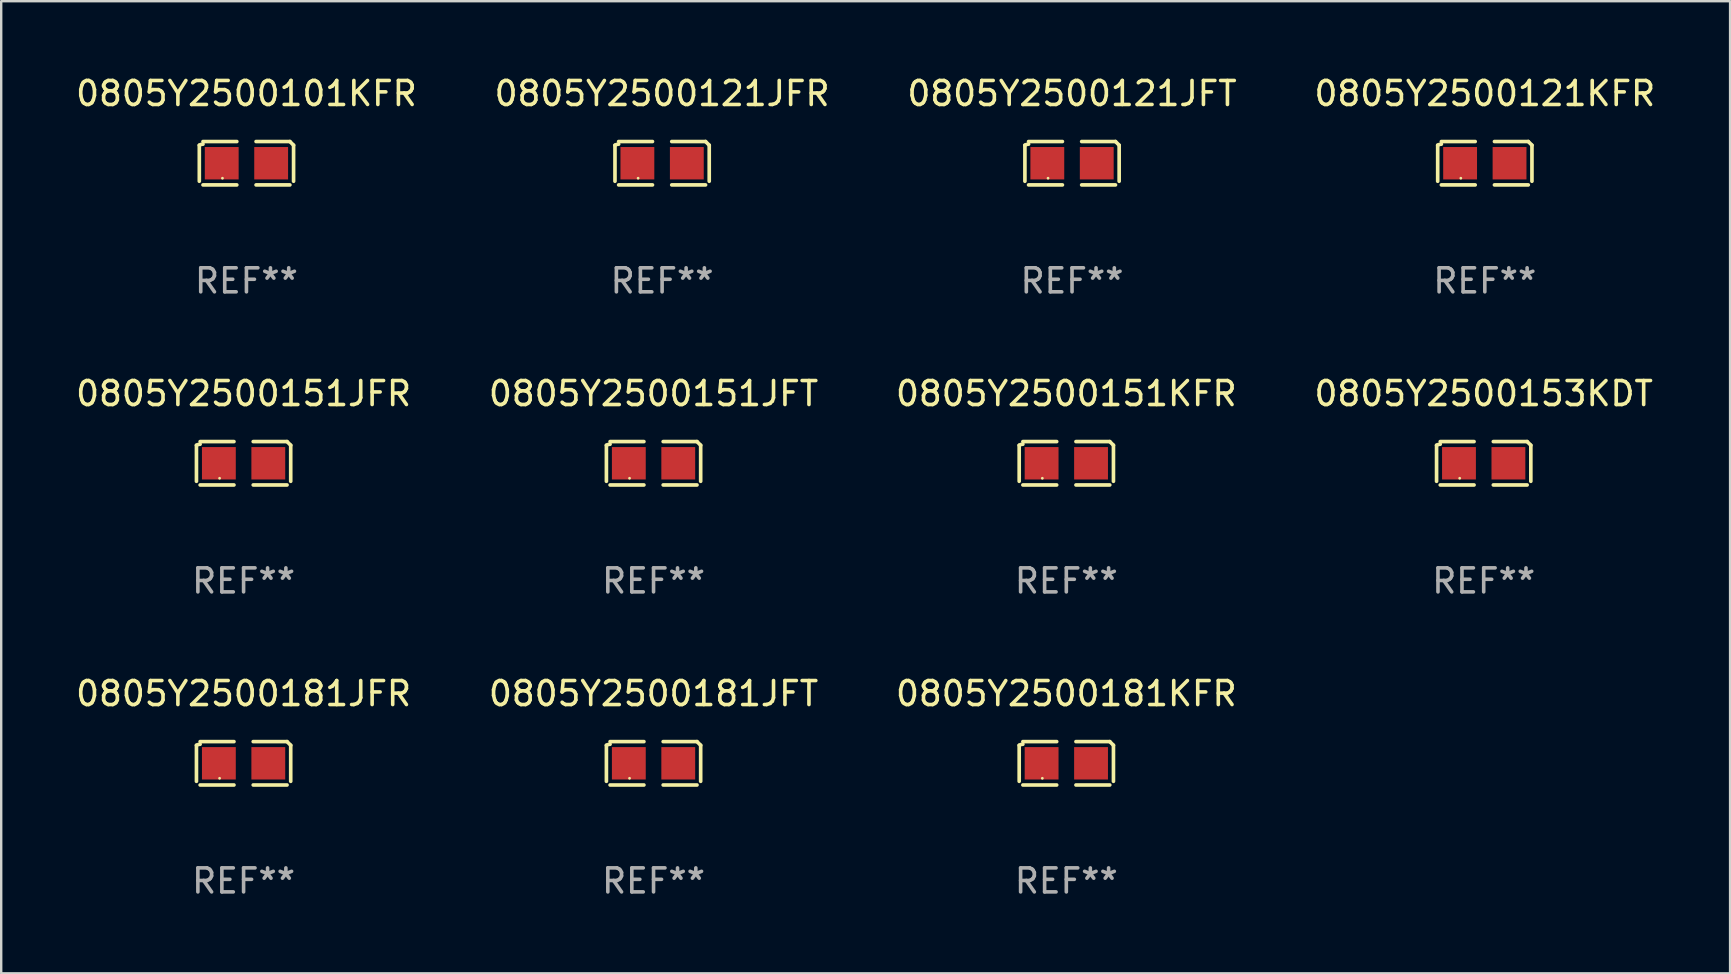
<source format=kicad_pcb>
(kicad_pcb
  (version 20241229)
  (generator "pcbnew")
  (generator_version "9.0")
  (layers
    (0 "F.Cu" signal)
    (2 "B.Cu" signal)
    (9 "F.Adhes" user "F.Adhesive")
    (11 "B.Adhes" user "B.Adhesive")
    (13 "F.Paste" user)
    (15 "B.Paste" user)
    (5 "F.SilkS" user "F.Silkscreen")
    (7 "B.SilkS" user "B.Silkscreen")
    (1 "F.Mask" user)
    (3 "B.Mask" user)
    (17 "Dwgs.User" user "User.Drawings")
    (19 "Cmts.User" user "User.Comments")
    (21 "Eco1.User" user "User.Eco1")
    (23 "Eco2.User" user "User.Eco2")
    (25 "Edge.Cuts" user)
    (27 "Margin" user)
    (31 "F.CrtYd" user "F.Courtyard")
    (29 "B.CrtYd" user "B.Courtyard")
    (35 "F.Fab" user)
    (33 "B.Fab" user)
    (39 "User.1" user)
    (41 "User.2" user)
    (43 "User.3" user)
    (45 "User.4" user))
  (footprint "0805Y2500151JFT"
    (layer "F.Cu")
    (at 24.185 16.256)
    (property "Reference" "0805Y2500151JFT" (at 0 -2.904 0) (layer "F.SilkS") (effects (font (size 1 1) (thickness 0.15))))
    (attr through_hole)
    (fp_line (start -1.964 0.751) (end -1.964 -0.751) (stroke (width 0.152) (type solid)) (layer "F.SilkS"))
    (fp_line (start -1.811 -0.904) (end -0.401 -0.904) (stroke (width 0.152) (type solid)) (layer "F.SilkS"))
    (fp_line (start -0.401 0.904) (end -1.811 0.904) (stroke (width 0.152) (type solid)) (layer "F.SilkS"))
    (fp_line (start 0.401 0.904) (end 1.811 0.904) (stroke (width 0.152) (type solid)) (layer "F.SilkS"))
    (fp_line (start 1.811 -0.904) (end 0.401 -0.904) (stroke (width 0.152) (type solid)) (layer "F.SilkS"))
    (fp_line (start 1.964 0.751) (end 1.964 -0.751) (stroke (width 0.152) (type solid)) (layer "F.SilkS"))
    (fp_arc (start -1.963602 -0.751207) (mid -1.890354 -0.783131) (end -1.811201 -0.794044) (stroke (width 0.1524) (type solid)) (layer "F.SilkS"))
    (fp_arc (start 1.811202 -0.903607) (mid 1.887413 -0.827418) (end 1.963602 -0.751207) (stroke (width 0.1524) (type solid)) (layer "F.SilkS"))
    (fp_circle (center -1 0.625) (end -0.97 0.625) (stroke (width 0.06) (type solid)) (fill no) (layer "F.SilkS"))
    (fp_text user "REF**" (at 0 4.904 0) (layer "F.Fab") (effects (font (size 1 1) (thickness 0.15))))
    (pad "1" smd rect (at -1.03 0) (size 1.41 1.35) (layers "F.Cu" "F.Mask" "F.Paste"))
    (pad "2" smd rect (at 1.03 0) (size 1.41 1.35) (layers "F.Cu" "F.Mask" "F.Paste")))
  (footprint "0805Y2500153KDT"
    (layer "F.Cu")
    (at 58.78 16.256)
    (property "Reference" "0805Y2500153KDT" (at 0 -2.904 0) (layer "F.SilkS") (effects (font (size 1 1) (thickness 0.15))))
    (attr through_hole)
    (fp_line (start -1.964 0.751) (end -1.964 -0.751) (stroke (width 0.152) (type solid)) (layer "F.SilkS"))
    (fp_line (start -1.811 -0.904) (end -0.401 -0.904) (stroke (width 0.152) (type solid)) (layer "F.SilkS"))
    (fp_line (start -0.401 0.904) (end -1.811 0.904) (stroke (width 0.152) (type solid)) (layer "F.SilkS"))
    (fp_line (start 0.401 0.904) (end 1.811 0.904) (stroke (width 0.152) (type solid)) (layer "F.SilkS"))
    (fp_line (start 1.811 -0.904) (end 0.401 -0.904) (stroke (width 0.152) (type solid)) (layer "F.SilkS"))
    (fp_line (start 1.964 0.751) (end 1.964 -0.751) (stroke (width 0.152) (type solid)) (layer "F.SilkS"))
    (fp_arc (start -1.963602 -0.751207) (mid -1.890354 -0.783131) (end -1.811201 -0.794044) (stroke (width 0.1524) (type solid)) (layer "F.SilkS"))
    (fp_arc (start 1.811202 -0.903607) (mid 1.887413 -0.827418) (end 1.963602 -0.751207) (stroke (width 0.1524) (type solid)) (layer "F.SilkS"))
    (fp_circle (center -1 0.625) (end -0.97 0.625) (stroke (width 0.06) (type solid)) (fill no) (layer "F.SilkS"))
    (fp_text user "REF**" (at 0 4.904 0) (layer "F.Fab") (effects (font (size 1 1) (thickness 0.15))))
    (pad "1" smd rect (at -1.03 0) (size 1.41 1.35) (layers "F.Cu" "F.Mask" "F.Paste"))
    (pad "2" smd rect (at 1.03 0) (size 1.41 1.35) (layers "F.Cu" "F.Mask" "F.Paste")))
  (footprint "0805Y2500151KFR"
    (layer "F.Cu")
    (at 41.387 16.256)
    (property "Reference" "0805Y2500151KFR" (at 0 -2.904 0) (layer "F.SilkS") (effects (font (size 1 1) (thickness 0.15))))
    (attr through_hole)
    (fp_line (start -1.964 0.751) (end -1.964 -0.751) (stroke (width 0.152) (type solid)) (layer "F.SilkS"))
    (fp_line (start -1.811 -0.904) (end -0.401 -0.904) (stroke (width 0.152) (type solid)) (layer "F.SilkS"))
    (fp_line (start -0.401 0.904) (end -1.811 0.904) (stroke (width 0.152) (type solid)) (layer "F.SilkS"))
    (fp_line (start 0.401 0.904) (end 1.811 0.904) (stroke (width 0.152) (type solid)) (layer "F.SilkS"))
    (fp_line (start 1.811 -0.904) (end 0.401 -0.904) (stroke (width 0.152) (type solid)) (layer "F.SilkS"))
    (fp_line (start 1.964 0.751) (end 1.964 -0.751) (stroke (width 0.152) (type solid)) (layer "F.SilkS"))
    (fp_arc (start -1.963602 -0.751207) (mid -1.890354 -0.783131) (end -1.811201 -0.794044) (stroke (width 0.1524) (type solid)) (layer "F.SilkS"))
    (fp_arc (start 1.811202 -0.903607) (mid 1.887413 -0.827418) (end 1.963602 -0.751207) (stroke (width 0.1524) (type solid)) (layer "F.SilkS"))
    (fp_circle (center -1 0.625) (end -0.97 0.625) (stroke (width 0.06) (type solid)) (fill no) (layer "F.SilkS"))
    (fp_text user "REF**" (at 0 4.904 0) (layer "F.Fab") (effects (font (size 1 1) (thickness 0.15))))
    (pad "1" smd rect (at -1.03 0) (size 1.41 1.35) (layers "F.Cu" "F.Mask" "F.Paste"))
    (pad "2" smd rect (at 1.03 0) (size 1.41 1.35) (layers "F.Cu" "F.Mask" "F.Paste")))
  (footprint "0805Y2500121JFR"
    (layer "F.Cu")
    (at 24.542 3.752)
    (property "Reference" "0805Y2500121JFR" (at 0 -2.904 0) (layer "F.SilkS") (effects (font (size 1 1) (thickness 0.15))))
    (attr through_hole)
    (fp_line (start -1.964 0.751) (end -1.964 -0.751) (stroke (width 0.152) (type solid)) (layer "F.SilkS"))
    (fp_line (start -1.811 -0.904) (end -0.401 -0.904) (stroke (width 0.152) (type solid)) (layer "F.SilkS"))
    (fp_line (start -0.401 0.904) (end -1.811 0.904) (stroke (width 0.152) (type solid)) (layer "F.SilkS"))
    (fp_line (start 0.401 0.904) (end 1.811 0.904) (stroke (width 0.152) (type solid)) (layer "F.SilkS"))
    (fp_line (start 1.811 -0.904) (end 0.401 -0.904) (stroke (width 0.152) (type solid)) (layer "F.SilkS"))
    (fp_line (start 1.964 0.751) (end 1.964 -0.751) (stroke (width 0.152) (type solid)) (layer "F.SilkS"))
    (fp_arc (start -1.963602 -0.751207) (mid -1.890354 -0.783131) (end -1.811201 -0.794044) (stroke (width 0.1524) (type solid)) (layer "F.SilkS"))
    (fp_arc (start 1.811202 -0.903607) (mid 1.887413 -0.827418) (end 1.963602 -0.751207) (stroke (width 0.1524) (type solid)) (layer "F.SilkS"))
    (fp_circle (center -1 0.625) (end -0.97 0.625) (stroke (width 0.06) (type solid)) (fill no) (layer "F.SilkS"))
    (fp_text user "REF**" (at 0 4.904 0) (layer "F.Fab") (effects (font (size 1 1) (thickness 0.15))))
    (pad "1" smd rect (at -1.03 0) (size 1.41 1.35) (layers "F.Cu" "F.Mask" "F.Paste"))
    (pad "2" smd rect (at 1.03 0) (size 1.41 1.35) (layers "F.Cu" "F.Mask" "F.Paste")))
  (footprint "0805Y2500151JFR"
    (layer "F.Cu")
    (at 7.101 16.256)
    (property "Reference" "0805Y2500151JFR" (at 0 -2.904 0) (layer "F.SilkS") (effects (font (size 1 1) (thickness 0.15))))
    (attr through_hole)
    (fp_line (start -1.964 0.751) (end -1.964 -0.751) (stroke (width 0.152) (type solid)) (layer "F.SilkS"))
    (fp_line (start -1.811 -0.904) (end -0.401 -0.904) (stroke (width 0.152) (type solid)) (layer "F.SilkS"))
    (fp_line (start -0.401 0.904) (end -1.811 0.904) (stroke (width 0.152) (type solid)) (layer "F.SilkS"))
    (fp_line (start 0.401 0.904) (end 1.811 0.904) (stroke (width 0.152) (type solid)) (layer "F.SilkS"))
    (fp_line (start 1.811 -0.904) (end 0.401 -0.904) (stroke (width 0.152) (type solid)) (layer "F.SilkS"))
    (fp_line (start 1.964 0.751) (end 1.964 -0.751) (stroke (width 0.152) (type solid)) (layer "F.SilkS"))
    (fp_arc (start -1.963602 -0.751207) (mid -1.890354 -0.783131) (end -1.811201 -0.794044) (stroke (width 0.1524) (type solid)) (layer "F.SilkS"))
    (fp_arc (start 1.811202 -0.903607) (mid 1.887413 -0.827418) (end 1.963602 -0.751207) (stroke (width 0.1524) (type solid)) (layer "F.SilkS"))
    (fp_circle (center -1 0.625) (end -0.97 0.625) (stroke (width 0.06) (type solid)) (fill no) (layer "F.SilkS"))
    (fp_text user "REF**" (at 0 4.904 0) (layer "F.Fab") (effects (font (size 1 1) (thickness 0.15))))
    (pad "1" smd rect (at -1.03 0) (size 1.41 1.35) (layers "F.Cu" "F.Mask" "F.Paste"))
    (pad "2" smd rect (at 1.03 0) (size 1.41 1.35) (layers "F.Cu" "F.Mask" "F.Paste")))
  (footprint "0805Y2500181JFR"
    (layer "F.Cu")
    (at 7.101 28.759)
    (property "Reference" "0805Y2500181JFR" (at 0 -2.904 0) (layer "F.SilkS") (effects (font (size 1 1) (thickness 0.15))))
    (attr through_hole)
    (fp_line (start -1.964 0.751) (end -1.964 -0.751) (stroke (width 0.152) (type solid)) (layer "F.SilkS"))
    (fp_line (start -1.811 -0.904) (end -0.401 -0.904) (stroke (width 0.152) (type solid)) (layer "F.SilkS"))
    (fp_line (start -0.401 0.904) (end -1.811 0.904) (stroke (width 0.152) (type solid)) (layer "F.SilkS"))
    (fp_line (start 0.401 0.904) (end 1.811 0.904) (stroke (width 0.152) (type solid)) (layer "F.SilkS"))
    (fp_line (start 1.811 -0.904) (end 0.401 -0.904) (stroke (width 0.152) (type solid)) (layer "F.SilkS"))
    (fp_line (start 1.964 0.751) (end 1.964 -0.751) (stroke (width 0.152) (type solid)) (layer "F.SilkS"))
    (fp_arc (start -1.963602 -0.751207) (mid -1.890354 -0.783131) (end -1.811201 -0.794044) (stroke (width 0.1524) (type solid)) (layer "F.SilkS"))
    (fp_arc (start 1.811202 -0.903607) (mid 1.887413 -0.827418) (end 1.963602 -0.751207) (stroke (width 0.1524) (type solid)) (layer "F.SilkS"))
    (fp_circle (center -1 0.625) (end -0.97 0.625) (stroke (width 0.06) (type solid)) (fill no) (layer "F.SilkS"))
    (fp_text user "REF**" (at 0 4.904 0) (layer "F.Fab") (effects (font (size 1 1) (thickness 0.15))))
    (pad "1" smd rect (at -1.03 0) (size 1.41 1.35) (layers "F.Cu" "F.Mask" "F.Paste"))
    (pad "2" smd rect (at 1.03 0) (size 1.41 1.35) (layers "F.Cu" "F.Mask" "F.Paste")))
  (footprint "0805Y2500121JFT"
    (layer "F.Cu")
    (at 41.625 3.752)
    (property "Reference" "0805Y2500121JFT" (at 0 -2.904 0) (layer "F.SilkS") (effects (font (size 1 1) (thickness 0.15))))
    (attr through_hole)
    (fp_line (start -1.964 0.751) (end -1.964 -0.751) (stroke (width 0.152) (type solid)) (layer "F.SilkS"))
    (fp_line (start -1.811 -0.904) (end -0.401 -0.904) (stroke (width 0.152) (type solid)) (layer "F.SilkS"))
    (fp_line (start -0.401 0.904) (end -1.811 0.904) (stroke (width 0.152) (type solid)) (layer "F.SilkS"))
    (fp_line (start 0.401 0.904) (end 1.811 0.904) (stroke (width 0.152) (type solid)) (layer "F.SilkS"))
    (fp_line (start 1.811 -0.904) (end 0.401 -0.904) (stroke (width 0.152) (type solid)) (layer "F.SilkS"))
    (fp_line (start 1.964 0.751) (end 1.964 -0.751) (stroke (width 0.152) (type solid)) (layer "F.SilkS"))
    (fp_arc (start -1.963602 -0.751207) (mid -1.890354 -0.783131) (end -1.811201 -0.794044) (stroke (width 0.1524) (type solid)) (layer "F.SilkS"))
    (fp_arc (start 1.811202 -0.903607) (mid 1.887413 -0.827418) (end 1.963602 -0.751207) (stroke (width 0.1524) (type solid)) (layer "F.SilkS"))
    (fp_circle (center -1 0.625) (end -0.97 0.625) (stroke (width 0.06) (type solid)) (fill no) (layer "F.SilkS"))
    (fp_text user "REF**" (at 0 4.904 0) (layer "F.Fab") (effects (font (size 1 1) (thickness 0.15))))
    (pad "1" smd rect (at -1.03 0) (size 1.41 1.35) (layers "F.Cu" "F.Mask" "F.Paste"))
    (pad "2" smd rect (at 1.03 0) (size 1.41 1.35) (layers "F.Cu" "F.Mask" "F.Paste")))
  (footprint "0805Y2500121KFR"
    (layer "F.Cu")
    (at 58.827 3.752)
    (property "Reference" "0805Y2500121KFR" (at 0 -2.904 0) (layer "F.SilkS") (effects (font (size 1 1) (thickness 0.15))))
    (attr through_hole)
    (fp_line (start -1.964 0.751) (end -1.964 -0.751) (stroke (width 0.152) (type solid)) (layer "F.SilkS"))
    (fp_line (start -1.811 -0.904) (end -0.401 -0.904) (stroke (width 0.152) (type solid)) (layer "F.SilkS"))
    (fp_line (start -0.401 0.904) (end -1.811 0.904) (stroke (width 0.152) (type solid)) (layer "F.SilkS"))
    (fp_line (start 0.401 0.904) (end 1.811 0.904) (stroke (width 0.152) (type solid)) (layer "F.SilkS"))
    (fp_line (start 1.811 -0.904) (end 0.401 -0.904) (stroke (width 0.152) (type solid)) (layer "F.SilkS"))
    (fp_line (start 1.964 0.751) (end 1.964 -0.751) (stroke (width 0.152) (type solid)) (layer "F.SilkS"))
    (fp_arc (start -1.963602 -0.751207) (mid -1.890354 -0.783131) (end -1.811201 -0.794044) (stroke (width 0.1524) (type solid)) (layer "F.SilkS"))
    (fp_arc (start 1.811202 -0.903607) (mid 1.887413 -0.827418) (end 1.963602 -0.751207) (stroke (width 0.1524) (type solid)) (layer "F.SilkS"))
    (fp_circle (center -1 0.625) (end -0.97 0.625) (stroke (width 0.06) (type solid)) (fill no) (layer "F.SilkS"))
    (fp_text user "REF**" (at 0 4.904 0) (layer "F.Fab") (effects (font (size 1 1) (thickness 0.15))))
    (pad "1" smd rect (at -1.03 0) (size 1.41 1.35) (layers "F.Cu" "F.Mask" "F.Paste"))
    (pad "2" smd rect (at 1.03 0) (size 1.41 1.35) (layers "F.Cu" "F.Mask" "F.Paste")))
  (footprint "0805Y2500181JFT"
    (layer "F.Cu")
    (at 24.185 28.759)
    (property "Reference" "0805Y2500181JFT" (at 0 -2.904 0) (layer "F.SilkS") (effects (font (size 1 1) (thickness 0.15))))
    (attr through_hole)
    (fp_line (start -1.964 0.751) (end -1.964 -0.751) (stroke (width 0.152) (type solid)) (layer "F.SilkS"))
    (fp_line (start -1.811 -0.904) (end -0.401 -0.904) (stroke (width 0.152) (type solid)) (layer "F.SilkS"))
    (fp_line (start -0.401 0.904) (end -1.811 0.904) (stroke (width 0.152) (type solid)) (layer "F.SilkS"))
    (fp_line (start 0.401 0.904) (end 1.811 0.904) (stroke (width 0.152) (type solid)) (layer "F.SilkS"))
    (fp_line (start 1.811 -0.904) (end 0.401 -0.904) (stroke (width 0.152) (type solid)) (layer "F.SilkS"))
    (fp_line (start 1.964 0.751) (end 1.964 -0.751) (stroke (width 0.152) (type solid)) (layer "F.SilkS"))
    (fp_arc (start -1.963602 -0.751207) (mid -1.890354 -0.783131) (end -1.811201 -0.794044) (stroke (width 0.1524) (type solid)) (layer "F.SilkS"))
    (fp_arc (start 1.811202 -0.903607) (mid 1.887413 -0.827418) (end 1.963602 -0.751207) (stroke (width 0.1524) (type solid)) (layer "F.SilkS"))
    (fp_circle (center -1 0.625) (end -0.97 0.625) (stroke (width 0.06) (type solid)) (fill no) (layer "F.SilkS"))
    (fp_text user "REF**" (at 0 4.904 0) (layer "F.Fab") (effects (font (size 1 1) (thickness 0.15))))
    (pad "1" smd rect (at -1.03 0) (size 1.41 1.35) (layers "F.Cu" "F.Mask" "F.Paste"))
    (pad "2" smd rect (at 1.03 0) (size 1.41 1.35) (layers "F.Cu" "F.Mask" "F.Paste")))
  (footprint "0805Y2500101KFR"
    (layer "F.Cu")
    (at 7.22 3.752)
    (property "Reference" "0805Y2500101KFR" (at 0 -2.904 0) (layer "F.SilkS") (effects (font (size 1 1) (thickness 0.15))))
    (attr through_hole)
    (fp_line (start -1.964 0.751) (end -1.964 -0.751) (stroke (width 0.152) (type solid)) (layer "F.SilkS"))
    (fp_line (start -1.811 -0.904) (end -0.401 -0.904) (stroke (width 0.152) (type solid)) (layer "F.SilkS"))
    (fp_line (start -0.401 0.904) (end -1.811 0.904) (stroke (width 0.152) (type solid)) (layer "F.SilkS"))
    (fp_line (start 0.401 0.904) (end 1.811 0.904) (stroke (width 0.152) (type solid)) (layer "F.SilkS"))
    (fp_line (start 1.811 -0.904) (end 0.401 -0.904) (stroke (width 0.152) (type solid)) (layer "F.SilkS"))
    (fp_line (start 1.964 0.751) (end 1.964 -0.751) (stroke (width 0.152) (type solid)) (layer "F.SilkS"))
    (fp_arc (start -1.963602 -0.751207) (mid -1.890354 -0.783131) (end -1.811201 -0.794044) (stroke (width 0.1524) (type solid)) (layer "F.SilkS"))
    (fp_arc (start 1.811202 -0.903607) (mid 1.887413 -0.827418) (end 1.963602 -0.751207) (stroke (width 0.1524) (type solid)) (layer "F.SilkS"))
    (fp_circle (center -1 0.625) (end -0.97 0.625) (stroke (width 0.06) (type solid)) (fill no) (layer "F.SilkS"))
    (fp_text user "REF**" (at 0 4.904 0) (layer "F.Fab") (effects (font (size 1 1) (thickness 0.15))))
    (pad "1" smd rect (at -1.03 0) (size 1.41 1.35) (layers "F.Cu" "F.Mask" "F.Paste"))
    (pad "2" smd rect (at 1.03 0) (size 1.41 1.35) (layers "F.Cu" "F.Mask" "F.Paste")))
  (footprint "0805Y2500181KFR"
    (layer "F.Cu")
    (at 41.387 28.759)
    (property "Reference" "0805Y2500181KFR" (at 0 -2.904 0) (layer "F.SilkS") (effects (font (size 1 1) (thickness 0.15))))
    (attr through_hole)
    (fp_line (start -1.964 0.751) (end -1.964 -0.751) (stroke (width 0.152) (type solid)) (layer "F.SilkS"))
    (fp_line (start -1.811 -0.904) (end -0.401 -0.904) (stroke (width 0.152) (type solid)) (layer "F.SilkS"))
    (fp_line (start -0.401 0.904) (end -1.811 0.904) (stroke (width 0.152) (type solid)) (layer "F.SilkS"))
    (fp_line (start 0.401 0.904) (end 1.811 0.904) (stroke (width 0.152) (type solid)) (layer "F.SilkS"))
    (fp_line (start 1.811 -0.904) (end 0.401 -0.904) (stroke (width 0.152) (type solid)) (layer "F.SilkS"))
    (fp_line (start 1.964 0.751) (end 1.964 -0.751) (stroke (width 0.152) (type solid)) (layer "F.SilkS"))
    (fp_arc (start -1.963602 -0.751207) (mid -1.890354 -0.783131) (end -1.811201 -0.794044) (stroke (width 0.1524) (type solid)) (layer "F.SilkS"))
    (fp_arc (start 1.811202 -0.903607) (mid 1.887413 -0.827418) (end 1.963602 -0.751207) (stroke (width 0.1524) (type solid)) (layer "F.SilkS"))
    (fp_circle (center -1 0.625) (end -0.97 0.625) (stroke (width 0.06) (type solid)) (fill no) (layer "F.SilkS"))
    (fp_text user "REF**" (at 0 4.904 0) (layer "F.Fab") (effects (font (size 1 1) (thickness 0.15))))
    (pad "1" smd rect (at -1.03 0) (size 1.41 1.35) (layers "F.Cu" "F.Mask" "F.Paste"))
    (pad "2" smd rect (at 1.03 0) (size 1.41 1.35) (layers "F.Cu" "F.Mask" "F.Paste")))
  (gr_rect
    (start -3 -3)
    (end 69.048 37.511)
    (stroke (width 0.1) (type default))
    (fill no)
    (layer "Edge.Cuts")))
</source>
